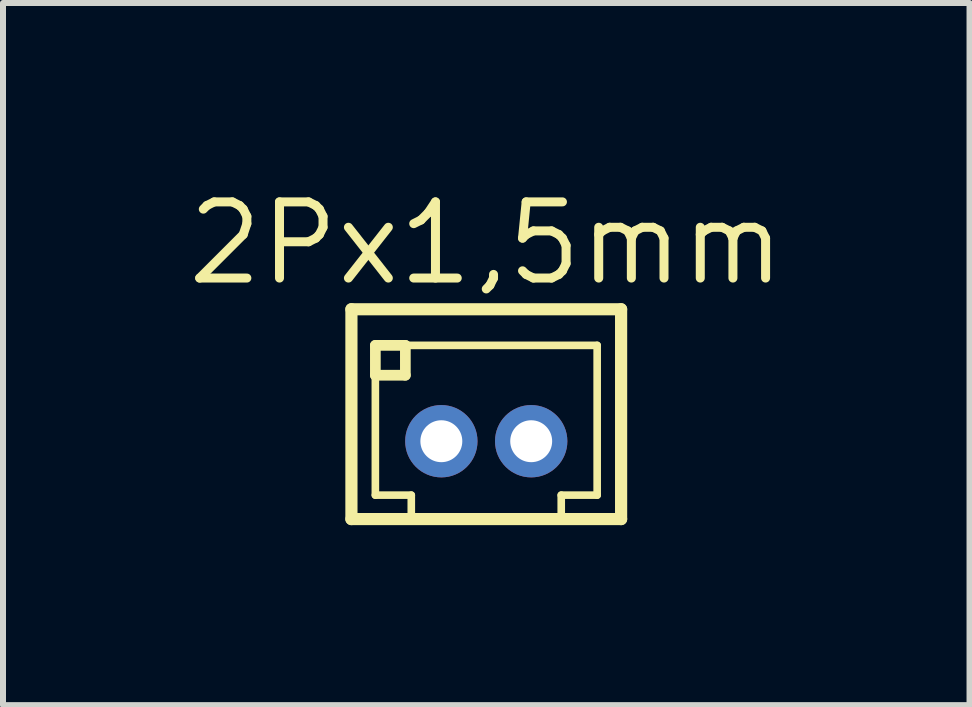
<source format=kicad_pcb>
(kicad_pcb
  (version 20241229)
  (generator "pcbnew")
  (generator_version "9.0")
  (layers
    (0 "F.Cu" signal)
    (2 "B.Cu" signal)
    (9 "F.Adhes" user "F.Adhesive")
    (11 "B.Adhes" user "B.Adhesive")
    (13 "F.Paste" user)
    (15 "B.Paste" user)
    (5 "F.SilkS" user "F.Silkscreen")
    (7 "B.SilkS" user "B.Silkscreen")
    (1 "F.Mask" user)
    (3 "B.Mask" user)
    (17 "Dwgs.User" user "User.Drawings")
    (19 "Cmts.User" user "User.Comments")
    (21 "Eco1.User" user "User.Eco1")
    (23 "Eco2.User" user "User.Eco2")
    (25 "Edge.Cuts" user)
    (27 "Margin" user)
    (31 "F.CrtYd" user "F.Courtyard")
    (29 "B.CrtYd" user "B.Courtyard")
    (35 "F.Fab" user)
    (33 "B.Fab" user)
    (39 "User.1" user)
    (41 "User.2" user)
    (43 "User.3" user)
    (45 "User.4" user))
  (footprint "2Px1,5mm"
    (layer "F.Cu")
    (at 5.057 4.306)
    (property "Reference" "2Px1,5mm" (at 0 -3.3 0) (layer "F.SilkS") (effects (font (size 1.27 1.27) (thickness 0.15))))
    (attr exclude_from_pos_files exclude_from_bom)
    (fp_line (start -2.248 -2.2) (end 2.248 -2.2) (stroke (width 0.203) (type solid)) (layer "F.SilkS"))
    (fp_line (start -2.248 1.298) (end -2.248 -2.2) (stroke (width 0.203) (type solid)) (layer "F.SilkS"))
    (fp_line (start -1.849 -1.598) (end -1.349 -1.598) (stroke (width 0.178) (type solid)) (layer "F.SilkS"))
    (fp_line (start -1.849 -1.1) (end -1.849 -1.598) (stroke (width 0.178) (type solid)) (layer "F.SilkS"))
    (fp_line (start -1.849 -1.1) (end -1.349 -1.1) (stroke (width 0.178) (type solid)) (layer "F.SilkS"))
    (fp_line (start -1.849 0.899) (end -1.849 -1.1) (stroke (width 0.127) (type solid)) (layer "F.SilkS"))
    (fp_line (start -1.349 -1.598) (end 1.849 -1.598) (stroke (width 0.127) (type solid)) (layer "F.SilkS"))
    (fp_line (start -1.349 -1.1) (end -1.349 -1.598) (stroke (width 0.178) (type solid)) (layer "F.SilkS"))
    (fp_line (start -1.25 0.899) (end -1.849 0.899) (stroke (width 0.127) (type solid)) (layer "F.SilkS"))
    (fp_line (start -1.25 1.199) (end -1.25 0.899) (stroke (width 0.127) (type solid)) (layer "F.SilkS"))
    (fp_line (start 1.25 0.899) (end 1.25 1.199) (stroke (width 0.127) (type solid)) (layer "F.SilkS"))
    (fp_line (start 1.849 -1.598) (end 1.849 0.899) (stroke (width 0.127) (type solid)) (layer "F.SilkS"))
    (fp_line (start 1.849 0.899) (end 1.25 0.899) (stroke (width 0.127) (type solid)) (layer "F.SilkS"))
    (fp_line (start 2.248 -2.2) (end 2.248 1.298) (stroke (width 0.203) (type solid)) (layer "F.SilkS"))
    (fp_line (start 2.248 1.298) (end -2.248 1.298) (stroke (width 0.203) (type solid)) (layer "F.SilkS"))
    (pad "1" thru_hole circle (at -0.749 0) (size 1.206 1.206) (drill 0.699) (layers "*.Cu" "*.Paste" "*.Mask"))
    (pad "2" thru_hole circle (at 0.749 0) (size 1.206 1.206) (drill 0.699) (layers "*.Cu" "*.Paste" "*.Mask")))
  (gr_rect
    (start -3 -3)
    (end 13.114 8.706)
    (stroke (width 0.1) (type default))
    (fill no)
    (layer "Edge.Cuts")))
</source>
